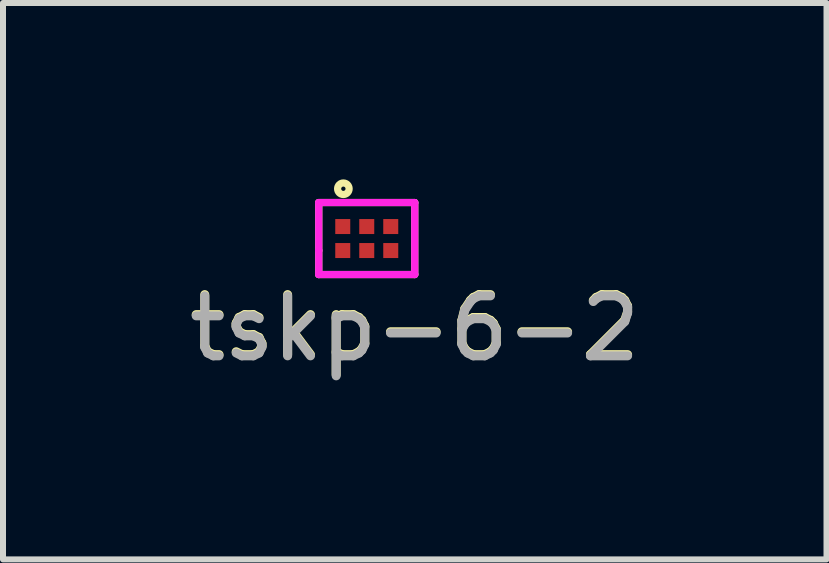
<source format=kicad_pcb>
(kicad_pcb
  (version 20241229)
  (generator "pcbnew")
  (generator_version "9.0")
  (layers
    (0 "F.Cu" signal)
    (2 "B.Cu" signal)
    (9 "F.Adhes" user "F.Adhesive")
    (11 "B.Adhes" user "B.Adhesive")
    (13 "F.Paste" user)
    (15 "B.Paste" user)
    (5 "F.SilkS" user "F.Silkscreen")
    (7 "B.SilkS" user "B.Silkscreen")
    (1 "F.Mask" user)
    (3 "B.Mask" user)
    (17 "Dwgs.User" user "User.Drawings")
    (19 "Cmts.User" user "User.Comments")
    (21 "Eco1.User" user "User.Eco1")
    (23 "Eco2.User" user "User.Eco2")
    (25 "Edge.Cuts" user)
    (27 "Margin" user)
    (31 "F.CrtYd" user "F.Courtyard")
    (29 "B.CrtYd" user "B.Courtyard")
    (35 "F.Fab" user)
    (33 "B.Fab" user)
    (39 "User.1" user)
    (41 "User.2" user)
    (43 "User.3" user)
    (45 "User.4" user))
  (footprint "tskp-6-2"
    (layer "F.Cu")
    (at 2.663 0.726)
    (property "Reference" "tskp-6-2" (at 1.2 1.68 0) (unlocked yes) (layer "F.SilkS") (effects (font (size 1 1) (thickness 0.15))))
    (fp_line (start -0.4 -0.4) (end 1.2 -0.4) (stroke (width 0.12) (type solid)) (layer "F.SilkS"))
    (fp_line (start -0.4 0.4) (end -0.4 -0.4) (stroke (width 0.12) (type solid)) (layer "F.SilkS"))
    (fp_line (start -0.4 0.8) (end -0.4 0.4) (stroke (width 0.12) (type solid)) (layer "F.SilkS"))
    (fp_line (start 1.2 -0.4) (end 1.2 0.8) (stroke (width 0.12) (type solid)) (layer "F.SilkS"))
    (fp_line (start 1.2 0.8) (end -0.4 0.8) (stroke (width 0.12) (type solid)) (layer "F.SilkS"))
    (fp_circle (center 0.01 -0.63) (end -0.02 -0.61) (stroke (width 0.12) (type solid)) (fill no) (layer "F.SilkS"))
    (fp_line (start -0.4 -0.4) (end 1.2 -0.4) (stroke (width 0.12) (type solid)) (layer "Margin"))
    (fp_line (start -0.4 0) (end -0.4 -0.4) (stroke (width 0.12) (type solid)) (layer "Margin"))
    (fp_line (start -0.4 0.4) (end -0.4 0) (stroke (width 0.12) (type solid)) (layer "Margin"))
    (fp_line (start -0.4 0.8) (end -0.4 0.4) (stroke (width 0.12) (type solid)) (layer "Margin"))
    (fp_line (start 0 0.8) (end -0.4 0.8) (stroke (width 0.12) (type solid)) (layer "Margin"))
    (fp_line (start 1.2 -0.4) (end 1.2 0.8) (stroke (width 0.12) (type solid)) (layer "Margin"))
    (fp_line (start 1.2 0.8) (end 0 0.8) (stroke (width 0.12) (type solid)) (layer "Margin"))
    (fp_line (start -0.4 -0.4) (end 1.2 -0.4) (stroke (width 0.12) (type solid)) (layer "F.CrtYd"))
    (fp_line (start -0.4 0.4) (end -0.4 -0.4) (stroke (width 0.12) (type solid)) (layer "F.CrtYd"))
    (fp_line (start -0.4 0.8) (end -0.4 0.4) (stroke (width 0.12) (type solid)) (layer "F.CrtYd"))
    (fp_line (start 1.2 -0.4) (end 1.2 0.8) (stroke (width 0.12) (type solid)) (layer "F.CrtYd"))
    (fp_line (start 1.2 0.8) (end -0.4 0.8) (stroke (width 0.12) (type solid)) (layer "F.CrtYd"))
    (fp_text user "${REFERENCE}" (at 1.2 1.7 0) (unlocked yes) (layer "F.Fab") (effects (font (size 1 1) (thickness 0.15))))
    (pad "1" smd rect (at 0 0) (size 0.25 0.25) (layers "F.Cu" "F.Mask" "F.Paste"))
    (pad "2" smd rect (at 0.4 0) (size 0.25 0.25) (layers "F.Cu" "F.Mask" "F.Paste"))
    (pad "3" smd rect (at 0.8 0) (size 0.25 0.25) (layers "F.Cu" "F.Mask" "F.Paste"))
    (pad "4" smd rect (at 0.8 0.4) (size 0.25 0.25) (layers "F.Cu" "F.Mask" "F.Paste"))
    (pad "5" smd rect (at 0.4 0.4) (size 0.25 0.25) (layers "F.Cu" "F.Mask" "F.Paste"))
    (pad "6" smd rect (at 0 0.4) (size 0.25 0.25) (layers "F.Cu" "F.Mask" "F.Paste")))
  (gr_rect
    (start -3 -3)
    (end 10.726 6.274)
    (stroke (width 0.1) (type default))
    (fill no)
    (layer "Edge.Cuts")))
</source>
